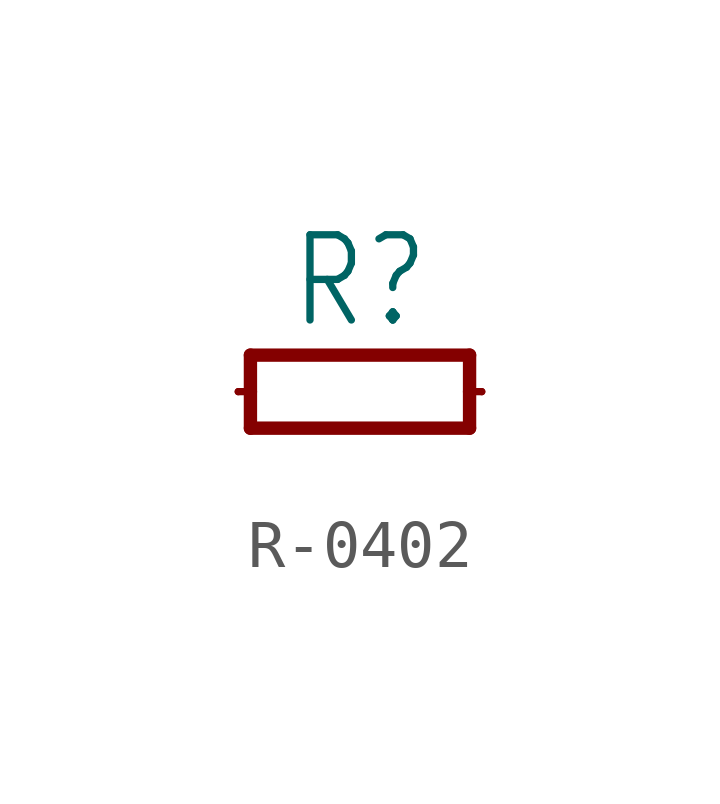
<source format=kicad_sym>
(kicad_symbol_lib
  (version 20241209)
  (generator "kicad_symbol_editor")
  (generator_version "9.0")
  (symbol "R-0402"
    (property "Reference" "R"
      (at 0 1.27 0)
      (effects (font (size 1.778 1.511)) (justify bottom)))
    (property "Value" ""
      (at 0 -1.27 0)
      (effects (font (size 1.778 1.511)) (justify top)))
    (property "ki_locked" ""
      (at 0 0 0)
      (effects (font (size 1.27 1.27))))
    (symbol "R-0402_1_0"
      (polyline (pts (xy -2.54 0) (xy -2.286 0)) (stroke (width 0.152) (type solid)) (fill (type none)))
      (polyline (pts (xy -2.286 0.762) (xy 2.286 0.762)) (stroke (width 0.279) (type solid)) (fill (type none)))
      (polyline (pts (xy -2.286 0) (xy -2.286 0.762)) (stroke (width 0.279) (type solid)) (fill (type none)))
      (polyline (pts (xy -2.286 -0.762) (xy -2.286 0)) (stroke (width 0.279) (type solid)) (fill (type none)))
      (polyline (pts (xy -2.286 -0.762) (xy 2.286 -0.762)) (stroke (width 0.279) (type solid)) (fill (type none)))
      (polyline (pts (xy 2.286 0.762) (xy 2.286 0)) (stroke (width 0.279) (type solid)) (fill (type none)))
      (polyline (pts (xy 2.286 0) (xy 2.286 -0.762)) (stroke (width 0.279) (type solid)) (fill (type none)))
      (polyline (pts (xy 2.286 0) (xy 2.54 0)) (stroke (width 0.152) (type solid)) (fill (type none)))
      (pin passive line (at -2.54 0 0) (length 0) (name "1" (effects (font (size 0 0)))) (number "1" (effects (font (size 0 0)))))
      (pin passive line (at 2.54 0 180) (length 0) (name "2" (effects (font (size 0 0)))) (number "2" (effects (font (size 0 0))))))))
</source>
